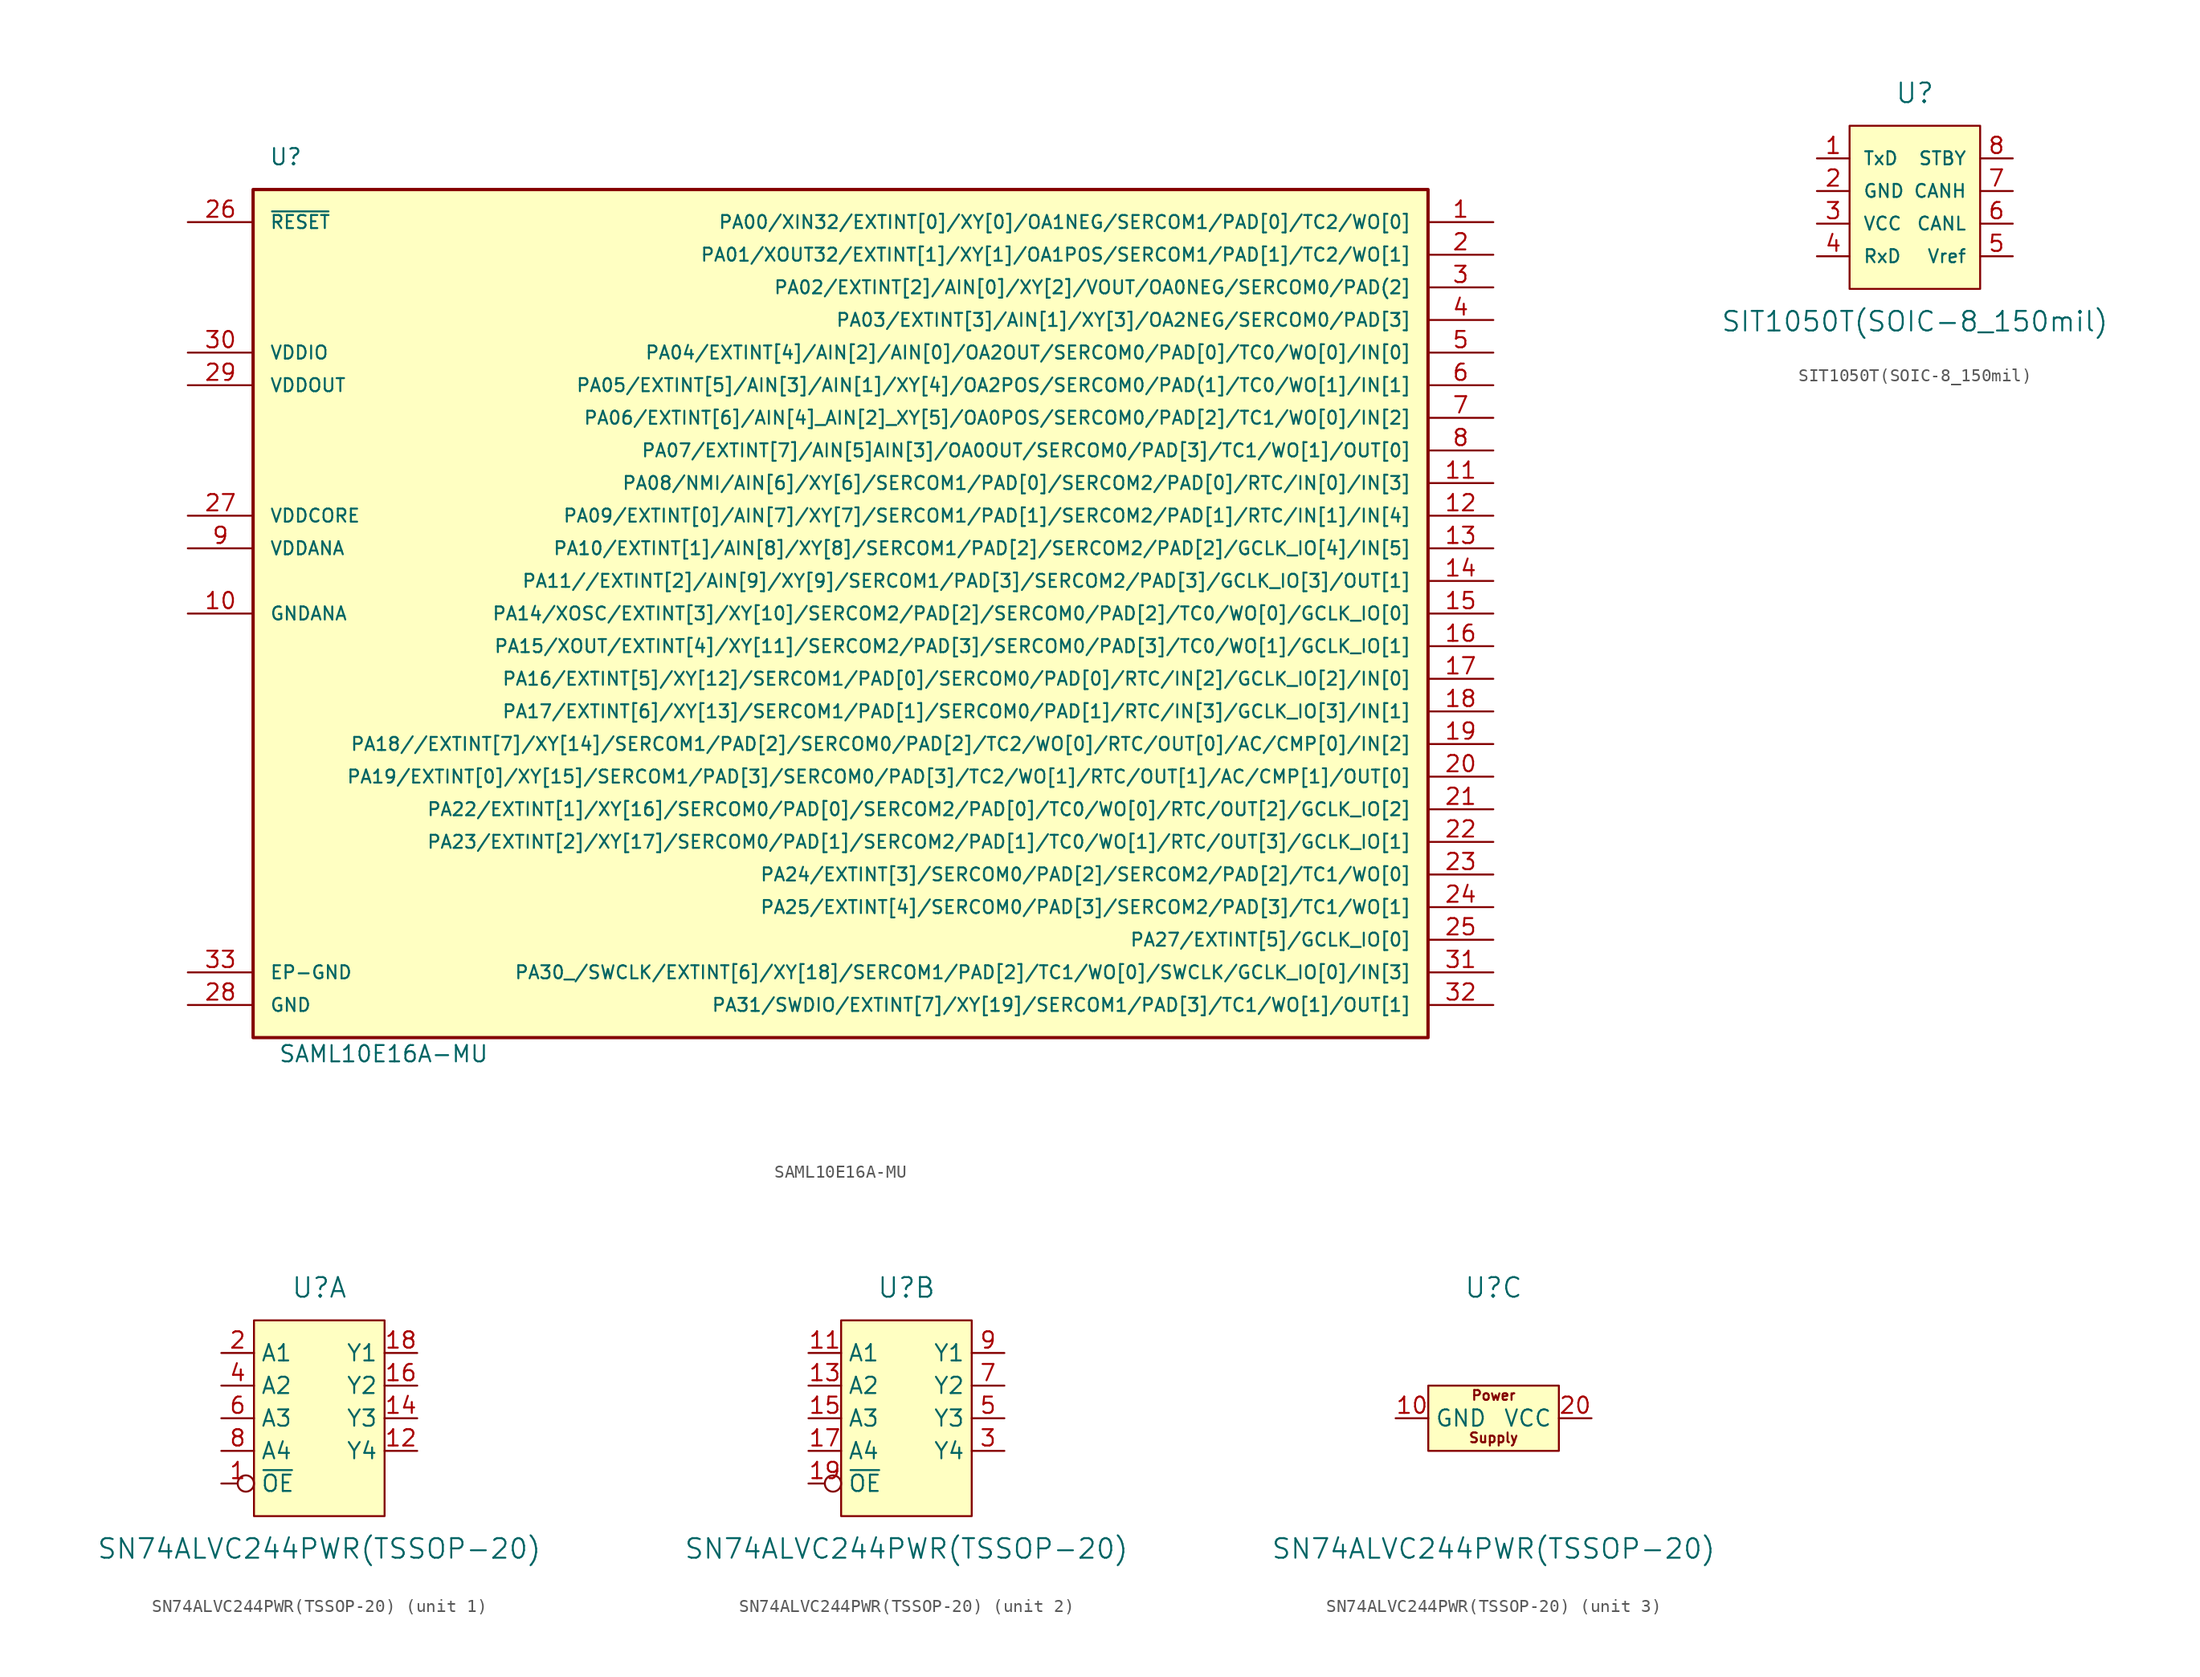
<source format=kicad_sym>
(kicad_symbol_lib
  (version 20220914)
  (generator kicad_symbol_editor)
  (symbol "SAML10E16A-MU"
    (pin_names
      (offset 1.27))
    (property "Reference" "U"
      (at -45.72 35.56 0)
      (effects (font (size 1.27 1.27))))
    (property "Value" "SAML10E16A-MU"
      (at -38.1 -34.29 0)
      (effects (font (size 1.27 1.27))))
    (symbol "SAML10E16A-MU_0_1"
      (rectangle (start -48.26 33.02) (end 43.18 -33.02) (stroke (width 0.254) (type solid)) (fill (type background))))
    (symbol "SAML10E16A-MU_1_1"
      (pin bidirectional line (at 48.26 30.48 180) (length 5.08) (name "PA00/XIN32/EXTINT[0]/XY[0]/OA1NEG/SERCOM1/PAD[0]/TC2/WO[0]" (effects (font (size 1.016 1.016)))) (number "1" (effects (font (size 1.27 1.27)))))
      (pin power_in line (at -53.34 0 0) (length 5.08) (name "GNDANA" (effects (font (size 1.016 1.016)))) (number "10" (effects (font (size 1.27 1.27)))))
      (pin bidirectional line (at 48.26 10.16 180) (length 5.08) (name "PA08/NMI/AIN[6]/XY[6]/SERCOM1/PAD[0]/SERCOM2/PAD[0]/RTC/IN[0]/IN[3]" (effects (font (size 1.016 1.016)))) (number "11" (effects (font (size 1.27 1.27)))))
      (pin bidirectional line (at 48.26 7.62 180) (length 5.08) (name "PA09/EXTINT[0]/AIN[7]/XY[7]/SERCOM1/PAD[1]/SERCOM2/PAD[1]/RTC/IN[1]/IN[4]" (effects (font (size 1.016 1.016)))) (number "12" (effects (font (size 1.27 1.27)))))
      (pin bidirectional line (at 48.26 5.08 180) (length 5.08) (name "PA10/EXTINT[1]/AIN[8]/XY[8]/SERCOM1/PAD[2]/SERCOM2/PAD[2]/GCLK_IO[4]/IN[5]" (effects (font (size 1.016 1.016)))) (number "13" (effects (font (size 1.27 1.27)))))
      (pin bidirectional line (at 48.26 2.54 180) (length 5.08) (name "PA11//EXTINT[2]/AIN[9]/XY[9]/SERCOM1/PAD[3]/SERCOM2/PAD[3]/GCLK_IO[3]/OUT[1]" (effects (font (size 1.016 1.016)))) (number "14" (effects (font (size 1.27 1.27)))))
      (pin bidirectional line (at 48.26 0 180) (length 5.08) (name "PA14/XOSC/EXTINT[3]/XY[10]/SERCOM2/PAD[2]/SERCOM0/PAD[2]/TC0/WO[0]/GCLK_IO[0]" (effects (font (size 1.016 1.016)))) (number "15" (effects (font (size 1.27 1.27)))))
      (pin bidirectional line (at 48.26 -2.54 180) (length 5.08) (name "PA15/XOUT/EXTINT[4]/XY[11]/SERCOM2/PAD[3]/SERCOM0/PAD[3]/TC0/WO[1]/GCLK_IO[1]" (effects (font (size 1.016 1.016)))) (number "16" (effects (font (size 1.27 1.27)))))
      (pin bidirectional line (at 48.26 -5.08 180) (length 5.08) (name "PA16/EXTINT[5]/XY[12]/SERCOM1/PAD[0]/SERCOM0/PAD[0]/RTC/IN[2]/GCLK_IO[2]/IN[0]" (effects (font (size 1.016 1.016)))) (number "17" (effects (font (size 1.27 1.27)))))
      (pin bidirectional line (at 48.26 -7.62 180) (length 5.08) (name "PA17/EXTINT[6]/XY[13]/SERCOM1/PAD[1]/SERCOM0/PAD[1]/RTC/IN[3]/GCLK_IO[3]/IN[1]" (effects (font (size 1.016 1.016)))) (number "18" (effects (font (size 1.27 1.27)))))
      (pin bidirectional line (at 48.26 -10.16 180) (length 5.08) (name "PA18//EXTINT[7]/XY[14]/SERCOM1/PAD[2]/SERCOM0/PAD[2]/TC2/WO[0]/RTC/OUT[0]/AC/CMP[0]/IN[2]" (effects (font (size 1.016 1.016)))) (number "19" (effects (font (size 1.27 1.27)))))
      (pin bidirectional line (at 48.26 27.94 180) (length 5.08) (name "PA01/XOUT32/EXTINT[1]/XY[1]/OA1POS/SERCOM1/PAD[1]/TC2/WO[1]" (effects (font (size 1.016 1.016)))) (number "2" (effects (font (size 1.27 1.27)))))
      (pin bidirectional line (at 48.26 -12.7 180) (length 5.08) (name "PA19/EXTINT[0]/XY[15]/SERCOM1/PAD[3]/SERCOM0/PAD[3]/TC2/WO[1]/RTC/OUT[1]/AC/CMP[1]/OUT[0]" (effects (font (size 1.016 1.016)))) (number "20" (effects (font (size 1.27 1.27)))))
      (pin bidirectional line (at 48.26 -15.24 180) (length 5.08) (name "PA22/EXTINT[1]/XY[16]/SERCOM0/PAD[0]/SERCOM2/PAD[0]/TC0/WO[0]/RTC/OUT[2]/GCLK_IO[2]" (effects (font (size 1.016 1.016)))) (number "21" (effects (font (size 1.27 1.27)))))
      (pin bidirectional line (at 48.26 -17.78 180) (length 5.08) (name "PA23/EXTINT[2]/XY[17]/SERCOM0/PAD[1]/SERCOM2/PAD[1]/TC0/WO[1]/RTC/OUT[3]/GCLK_IO[1]" (effects (font (size 1.016 1.016)))) (number "22" (effects (font (size 1.27 1.27)))))
      (pin bidirectional line (at 48.26 -20.32 180) (length 5.08) (name "PA24/EXTINT[3]/SERCOM0/PAD[2]/SERCOM2/PAD[2]/TC1/WO[0]" (effects (font (size 1.016 1.016)))) (number "23" (effects (font (size 1.27 1.27)))))
      (pin bidirectional line (at 48.26 -22.86 180) (length 5.08) (name "PA25/EXTINT[4]/SERCOM0/PAD[3]/SERCOM2/PAD[3]/TC1/WO[1]" (effects (font (size 1.016 1.016)))) (number "24" (effects (font (size 1.27 1.27)))))
      (pin bidirectional line (at 48.26 -25.4 180) (length 5.08) (name "PA27/EXTINT[5]/GCLK_IO[0]" (effects (font (size 1.016 1.016)))) (number "25" (effects (font (size 1.27 1.27)))))
      (pin input line (at -53.34 30.48 0) (length 5.08) (name "~{RESET}" (effects (font (size 1.016 1.016)))) (number "26" (effects (font (size 1.27 1.27)))))
      (pin power_in line (at -53.34 7.62 0) (length 5.08) (name "VDDCORE" (effects (font (size 1.016 1.016)))) (number "27" (effects (font (size 1.27 1.27)))))
      (pin power_in line (at -53.34 -30.48 0) (length 5.08) (name "GND" (effects (font (size 1.016 1.016)))) (number "28" (effects (font (size 1.27 1.27)))))
      (pin power_out line (at -53.34 17.78 0) (length 5.08) (name "VDDOUT" (effects (font (size 1.016 1.016)))) (number "29" (effects (font (size 1.27 1.27)))))
      (pin bidirectional line (at 48.26 25.4 180) (length 5.08) (name "PA02/EXTINT[2]/AIN[0]/XY[2]/VOUT/OA0NEG/SERCOM0/PAD(2]" (effects (font (size 1.016 1.016)))) (number "3" (effects (font (size 1.27 1.27)))))
      (pin power_in line (at -53.34 20.32 0) (length 5.08) (name "VDDIO" (effects (font (size 1.016 1.016)))) (number "30" (effects (font (size 1.27 1.27)))))
      (pin bidirectional line (at 48.26 -27.94 180) (length 5.08) (name "PA30_/SWCLK/EXTINT[6]/XY[18]/SERCOM1/PAD[2]/TC1/WO[0]/SWCLK/GCLK_IO[0]/IN[3]" (effects (font (size 1.016 1.016)))) (number "31" (effects (font (size 1.27 1.27)))))
      (pin bidirectional line (at 48.26 -30.48 180) (length 5.08) (name "PA31/SWDIO/EXTINT[7]/XY[19]/SERCOM1/PAD[3]/TC1/WO[1]/OUT[1]" (effects (font (size 1.016 1.016)))) (number "32" (effects (font (size 1.27 1.27)))))
      (pin power_in line (at -53.34 -27.94 0) (length 5.08) (name "EP-GND" (effects (font (size 1.016 1.016)))) (number "33" (effects (font (size 1.27 1.27)))))
      (pin bidirectional line (at 48.26 22.86 180) (length 5.08) (name "PA03/EXTINT[3]/AIN[1]/XY[3]/OA2NEG/SERCOM0/PAD[3]" (effects (font (size 1.016 1.016)))) (number "4" (effects (font (size 1.27 1.27)))))
      (pin bidirectional line (at 48.26 20.32 180) (length 5.08) (name "PA04/EXTINT[4]/AIN[2]/AIN[0]/OA2OUT/SERCOM0/PAD[0]/TC0/WO[0]/IN[0]" (effects (font (size 1.016 1.016)))) (number "5" (effects (font (size 1.27 1.27)))))
      (pin bidirectional line (at 48.26 17.78 180) (length 5.08) (name "PA05/EXTINT[5]/AIN[3]/AIN[1]/XY[4]/OA2POS/SERCOM0/PAD(1]/TC0/WO[1]/IN[1]" (effects (font (size 1.016 1.016)))) (number "6" (effects (font (size 1.27 1.27)))))
      (pin bidirectional line (at 48.26 15.24 180) (length 5.08) (name "PA06/EXTINT[6]/AIN[4]_AIN[2]_XY[5]/OA0POS/SERCOM0/PAD[2]/TC1/WO[0]/IN[2]" (effects (font (size 1.016 1.016)))) (number "7" (effects (font (size 1.27 1.27)))))
      (pin bidirectional line (at 48.26 12.7 180) (length 5.08) (name "PA07/EXTINT[7]/AIN[5]AIN[3]/OA0OUT/SERCOM0/PAD[3]/TC1/WO[1]/OUT[0]" (effects (font (size 1.016 1.016)))) (number "8" (effects (font (size 1.27 1.27)))))
      (pin power_in line (at -53.34 5.08 0) (length 5.08) (name "VDDANA" (effects (font (size 1.016 1.016)))) (number "9" (effects (font (size 1.27 1.27)))))))
  (symbol "SIT1050T(SOIC-8_150mil)"
    (pin_names
      (offset 1.016))
    (property "Reference" "U"
      (at 0 7.62 0)
      (effects (font (size 1.524 1.524))))
    (property "Value" "SIT1050T(SOIC-8_150mil)"
      (at 0 -10.16 0)
      (effects (font (size 1.524 1.524))))
    (symbol "SIT1050T(SOIC-8_150mil)_1_1"
      (rectangle (start -5.08 5.08) (end 5.08 -7.62) (stroke (width 0) (type solid)) (fill (type background)))
      (pin input line (at -7.62 2.54 0) (length 2.54) (name "TxD" (effects (font (size 1.016 1.016)))) (number "1" (effects (font (size 1.27 1.27)))))
      (pin power_in line (at -7.62 0 0) (length 2.54) (name "GND" (effects (font (size 1.016 1.016)))) (number "2" (effects (font (size 1.27 1.27)))))
      (pin power_in line (at -7.62 -2.54 0) (length 2.54) (name "VCC" (effects (font (size 1.016 1.016)))) (number "3" (effects (font (size 1.27 1.27)))))
      (pin output line (at -7.62 -5.08 0) (length 2.54) (name "RxD" (effects (font (size 1.016 1.016)))) (number "4" (effects (font (size 1.27 1.27)))))
      (pin power_in line (at 7.62 -5.08 180) (length 2.54) (name "Vref" (effects (font (size 1.016 1.016)))) (number "5" (effects (font (size 1.27 1.27)))))
      (pin bidirectional line (at 7.62 -2.54 180) (length 2.54) (name "CANL" (effects (font (size 1.016 1.016)))) (number "6" (effects (font (size 1.27 1.27)))))
      (pin bidirectional line (at 7.62 0 180) (length 2.54) (name "CANH" (effects (font (size 1.016 1.016)))) (number "7" (effects (font (size 1.27 1.27)))))
      (pin input line (at 7.62 2.54 180) (length 2.54) (name "STBY" (effects (font (size 1.016 1.016)))) (number "8" (effects (font (size 1.27 1.27)))))))
  (symbol "SN74ALVC244PWR(TSSOP-20)"
    (property "Reference" "U"
      (at 0 10.16 0)
      (effects (font (size 1.524 1.524))))
    (property "Value" "SN74ALVC244PWR(TSSOP-20)"
      (at 0 -10.16 0)
      (effects (font (size 1.524 1.524))))
    (property "Footprint" ""
      (at 0 -2.54 0)
      (effects (font (size 1.524 1.524))))
    (property "Datasheet" ""
      (at 0 -2.54 0)
      (effects (font (size 1.524 1.524))))
    (symbol "SN74ALVC244PWR(TSSOP-20)_1_1"
      (rectangle (start -5.08 7.62) (end 5.08 -7.62) (stroke (width 0) (type solid)) (fill (type background)))
      (pin input inverted (at -7.62 -5.08 0) (length 2.54) (name "~{OE}" (effects (font (size 1.27 1.27)))) (number "1" (effects (font (size 1.27 1.27)))))
      (pin output line (at 7.62 -2.54 180) (length 2.54) (name "Y4" (effects (font (size 1.27 1.27)))) (number "12" (effects (font (size 1.27 1.27)))))
      (pin output line (at 7.62 0 180) (length 2.54) (name "Y3" (effects (font (size 1.27 1.27)))) (number "14" (effects (font (size 1.27 1.27)))))
      (pin output line (at 7.62 2.54 180) (length 2.54) (name "Y2" (effects (font (size 1.27 1.27)))) (number "16" (effects (font (size 1.27 1.27)))))
      (pin output line (at 7.62 5.08 180) (length 2.54) (name "Y1" (effects (font (size 1.27 1.27)))) (number "18" (effects (font (size 1.27 1.27)))))
      (pin input line (at -7.62 5.08 0) (length 2.54) (name "A1" (effects (font (size 1.27 1.27)))) (number "2" (effects (font (size 1.27 1.27)))))
      (pin input line (at -7.62 2.54 0) (length 2.54) (name "A2" (effects (font (size 1.27 1.27)))) (number "4" (effects (font (size 1.27 1.27)))))
      (pin input line (at -7.62 0 0) (length 2.54) (name "A3" (effects (font (size 1.27 1.27)))) (number "6" (effects (font (size 1.27 1.27)))))
      (pin input line (at -7.62 -2.54 0) (length 2.54) (name "A4" (effects (font (size 1.27 1.27)))) (number "8" (effects (font (size 1.27 1.27))))))
    (symbol "SN74ALVC244PWR(TSSOP-20)_2_1"
      (rectangle (start -5.08 7.62) (end 5.08 -7.62) (stroke (width 0) (type solid)) (fill (type background)))
      (pin input line (at -7.62 5.08 0) (length 2.54) (name "A1" (effects (font (size 1.27 1.27)))) (number "11" (effects (font (size 1.27 1.27)))))
      (pin input line (at -7.62 2.54 0) (length 2.54) (name "A2" (effects (font (size 1.27 1.27)))) (number "13" (effects (font (size 1.27 1.27)))))
      (pin input line (at -7.62 0 0) (length 2.54) (name "A3" (effects (font (size 1.27 1.27)))) (number "15" (effects (font (size 1.27 1.27)))))
      (pin input line (at -7.62 -2.54 0) (length 2.54) (name "A4" (effects (font (size 1.27 1.27)))) (number "17" (effects (font (size 1.27 1.27)))))
      (pin input inverted (at -7.62 -5.08 0) (length 2.54) (name "~{OE}" (effects (font (size 1.27 1.27)))) (number "19" (effects (font (size 1.27 1.27)))))
      (pin output line (at 7.62 -2.54 180) (length 2.54) (name "Y4" (effects (font (size 1.27 1.27)))) (number "3" (effects (font (size 1.27 1.27)))))
      (pin output line (at 7.62 0 180) (length 2.54) (name "Y3" (effects (font (size 1.27 1.27)))) (number "5" (effects (font (size 1.27 1.27)))))
      (pin output line (at 7.62 2.54 180) (length 2.54) (name "Y2" (effects (font (size 1.27 1.27)))) (number "7" (effects (font (size 1.27 1.27)))))
      (pin output line (at 7.62 5.08 180) (length 2.54) (name "Y1" (effects (font (size 1.27 1.27)))) (number "9" (effects (font (size 1.27 1.27))))))
    (symbol "SN74ALVC244PWR(TSSOP-20)_3_0"
      (text "Power" (at 0 1.778 0) (effects (font (size 0.762 0.762))))
      (text "Supply" (at 0 -1.524 0) (effects (font (size 0.762 0.762)))))
    (symbol "SN74ALVC244PWR(TSSOP-20)_3_1"
      (rectangle (start 5.08 2.54) (end -5.08 -2.54) (stroke (width 0) (type solid)) (fill (type background)))
      (pin power_in line (at -7.62 0 0) (length 2.54) (name "GND" (effects (font (size 1.27 1.27)))) (number "10" (effects (font (size 1.27 1.27)))))
      (pin power_in line (at 7.62 0 180) (length 2.54) (name "VCC" (effects (font (size 1.27 1.27)))) (number "20" (effects (font (size 1.27 1.27))))))))
</source>
